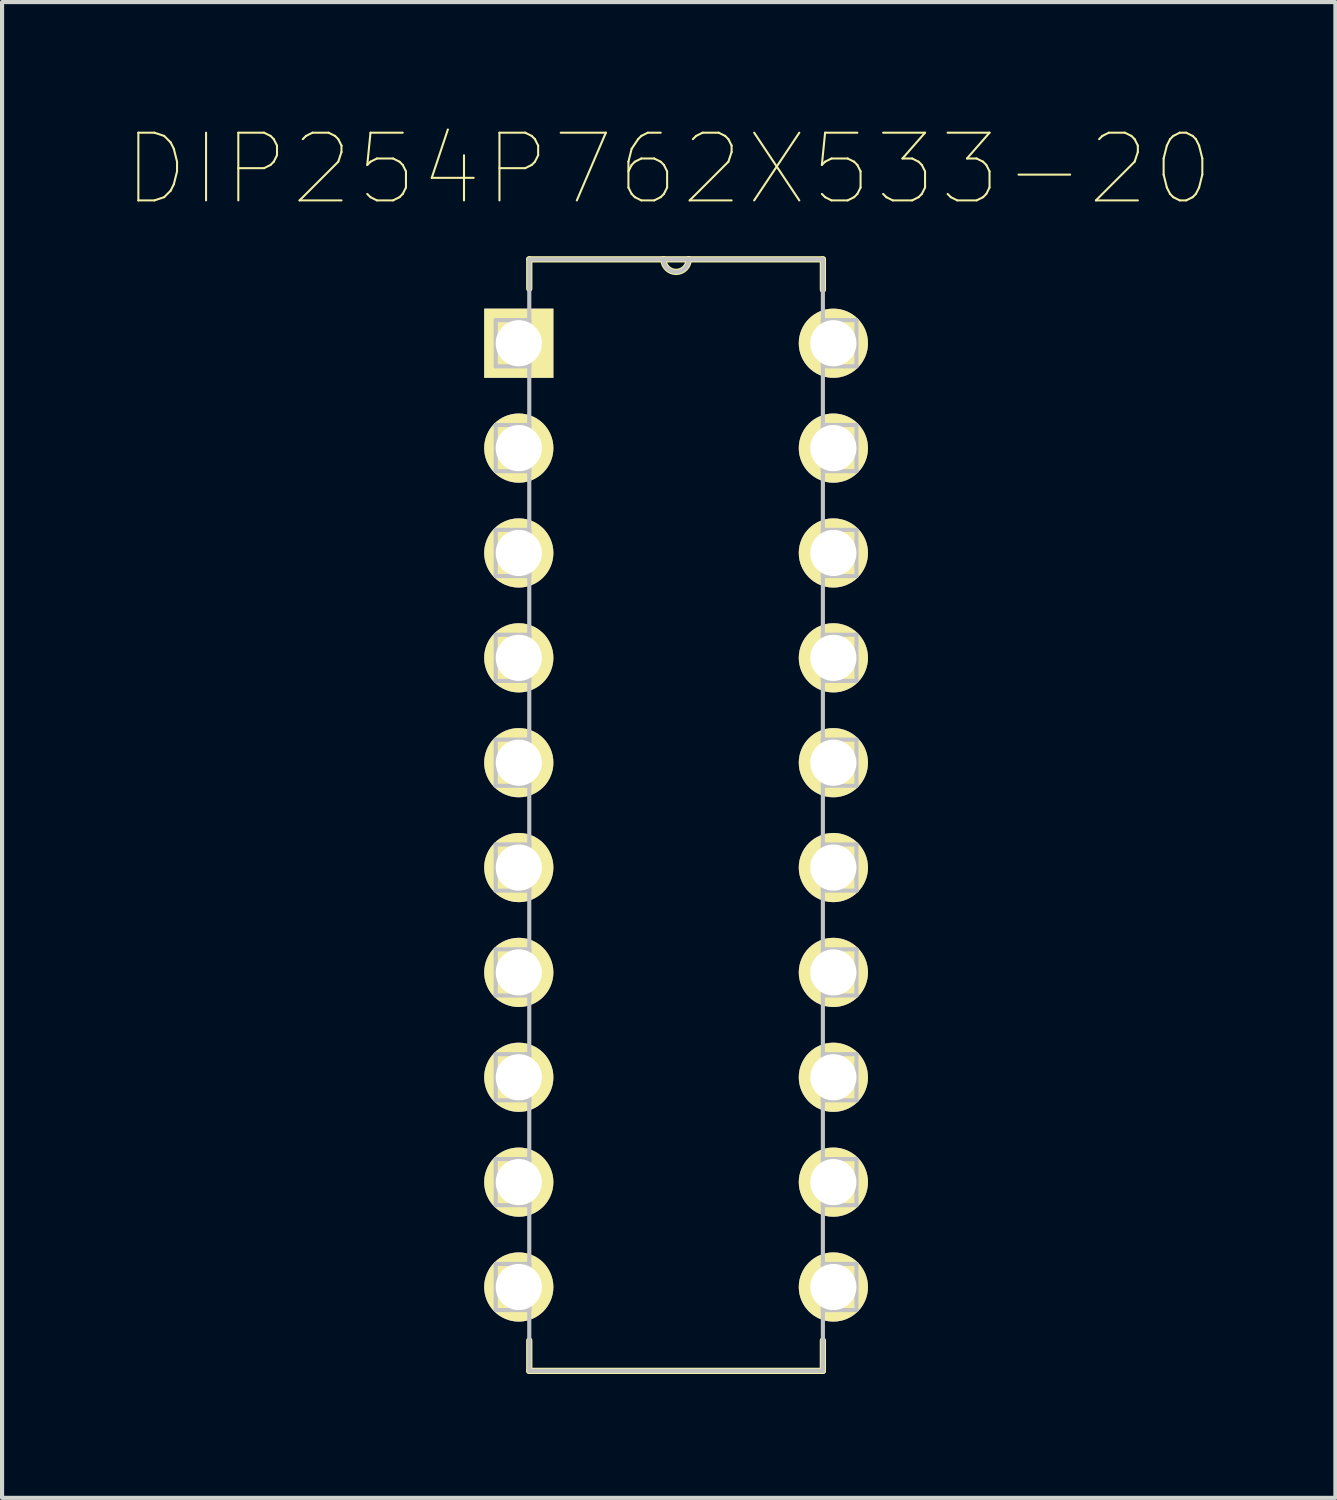
<source format=kicad_pcb>
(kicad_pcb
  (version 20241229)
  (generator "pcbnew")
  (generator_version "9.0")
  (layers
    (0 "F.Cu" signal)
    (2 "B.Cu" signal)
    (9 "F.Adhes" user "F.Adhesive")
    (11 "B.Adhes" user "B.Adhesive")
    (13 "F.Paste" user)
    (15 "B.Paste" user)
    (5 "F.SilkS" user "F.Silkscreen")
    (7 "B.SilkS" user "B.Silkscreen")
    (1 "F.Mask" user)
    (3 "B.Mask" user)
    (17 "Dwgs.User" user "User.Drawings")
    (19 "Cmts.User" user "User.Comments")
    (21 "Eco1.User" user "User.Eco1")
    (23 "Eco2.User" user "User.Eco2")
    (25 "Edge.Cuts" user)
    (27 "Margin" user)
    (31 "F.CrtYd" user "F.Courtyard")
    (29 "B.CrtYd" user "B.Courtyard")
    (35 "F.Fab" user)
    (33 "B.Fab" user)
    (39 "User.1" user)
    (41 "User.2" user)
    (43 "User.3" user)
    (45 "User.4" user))
  (footprint "DIP254P762X533-20"
    (layer "F.Cu")
    (at 17.136 28.124)
    (property "Reference" "DIP254P762X533-20" (at -3.988 -27.076 0) (layer "F.SilkS") (effects (font (size 1.64 1.64) (thickness 0.05))))
    (attr through_hole)
    (fp_line (start -7.366 -24.892) (end -7.366 -24.181) (stroke (width 0.152) (type solid)) (layer "F.SilkS"))
    (fp_line (start -7.366 1.295) (end -7.366 2.032) (stroke (width 0.152) (type solid)) (layer "F.SilkS"))
    (fp_line (start -7.366 2.032) (end -0.254 2.032) (stroke (width 0.152) (type solid)) (layer "F.SilkS"))
    (fp_line (start -4.115 -24.892) (end -7.366 -24.892) (stroke (width 0.152) (type solid)) (layer "F.SilkS"))
    (fp_line (start -3.505 -24.892) (end -4.115 -24.892) (stroke (width 0.152) (type solid)) (layer "F.SilkS"))
    (fp_line (start -0.254 -24.892) (end -3.505 -24.892) (stroke (width 0.152) (type solid)) (layer "F.SilkS"))
    (fp_line (start -0.254 -24.155) (end -0.254 -24.892) (stroke (width 0.152) (type solid)) (layer "F.SilkS"))
    (fp_line (start -0.254 2.032) (end -0.254 1.295) (stroke (width 0.152) (type solid)) (layer "F.SilkS"))
    (fp_arc (start -3.5052 -24.892) (mid -3.81 -24.5872) (end -4.1148 -24.892) (stroke (width 0.1524) (type solid)) (layer "F.SilkS"))
    (fp_line (start -8.179 -23.419) (end -8.179 -22.301) (stroke (width 0.1) (type solid)) (layer "Dwgs.User"))
    (fp_line (start -8.179 -22.301) (end -7.366 -22.301) (stroke (width 0.1) (type solid)) (layer "Dwgs.User"))
    (fp_line (start -8.179 -20.879) (end -8.179 -19.761) (stroke (width 0.1) (type solid)) (layer "Dwgs.User"))
    (fp_line (start -8.179 -19.761) (end -7.366 -19.761) (stroke (width 0.1) (type solid)) (layer "Dwgs.User"))
    (fp_line (start -8.179 -18.339) (end -8.179 -17.221) (stroke (width 0.1) (type solid)) (layer "Dwgs.User"))
    (fp_line (start -8.179 -17.221) (end -7.366 -17.221) (stroke (width 0.1) (type solid)) (layer "Dwgs.User"))
    (fp_line (start -8.179 -15.799) (end -8.179 -14.681) (stroke (width 0.1) (type solid)) (layer "Dwgs.User"))
    (fp_line (start -8.179 -14.681) (end -7.366 -14.681) (stroke (width 0.1) (type solid)) (layer "Dwgs.User"))
    (fp_line (start -8.179 -13.259) (end -8.179 -12.141) (stroke (width 0.1) (type solid)) (layer "Dwgs.User"))
    (fp_line (start -8.179 -12.141) (end -7.366 -12.141) (stroke (width 0.1) (type solid)) (layer "Dwgs.User"))
    (fp_line (start -8.179 -10.719) (end -8.179 -9.601) (stroke (width 0.1) (type solid)) (layer "Dwgs.User"))
    (fp_line (start -8.179 -9.601) (end -7.366 -9.601) (stroke (width 0.1) (type solid)) (layer "Dwgs.User"))
    (fp_line (start -8.179 -8.179) (end -8.179 -7.061) (stroke (width 0.1) (type solid)) (layer "Dwgs.User"))
    (fp_line (start -8.179 -7.061) (end -7.366 -7.061) (stroke (width 0.1) (type solid)) (layer "Dwgs.User"))
    (fp_line (start -8.179 -5.639) (end -8.179 -4.521) (stroke (width 0.1) (type solid)) (layer "Dwgs.User"))
    (fp_line (start -8.179 -4.521) (end -7.366 -4.521) (stroke (width 0.1) (type solid)) (layer "Dwgs.User"))
    (fp_line (start -8.179 -3.099) (end -8.179 -1.981) (stroke (width 0.1) (type solid)) (layer "Dwgs.User"))
    (fp_line (start -8.179 -1.981) (end -7.366 -1.981) (stroke (width 0.1) (type solid)) (layer "Dwgs.User"))
    (fp_line (start -8.179 -0.559) (end -8.179 0.559) (stroke (width 0.1) (type solid)) (layer "Dwgs.User"))
    (fp_line (start -8.179 0.559) (end -7.366 0.559) (stroke (width 0.1) (type solid)) (layer "Dwgs.User"))
    (fp_line (start -7.366 -24.892) (end -7.366 2.032) (stroke (width 0.1) (type solid)) (layer "Dwgs.User"))
    (fp_line (start -7.366 -23.419) (end -8.179 -23.419) (stroke (width 0.1) (type solid)) (layer "Dwgs.User"))
    (fp_line (start -7.366 -22.301) (end -7.366 -23.419) (stroke (width 0.1) (type solid)) (layer "Dwgs.User"))
    (fp_line (start -7.366 -20.879) (end -8.179 -20.879) (stroke (width 0.1) (type solid)) (layer "Dwgs.User"))
    (fp_line (start -7.366 -19.761) (end -7.366 -20.879) (stroke (width 0.1) (type solid)) (layer "Dwgs.User"))
    (fp_line (start -7.366 -18.339) (end -8.179 -18.339) (stroke (width 0.1) (type solid)) (layer "Dwgs.User"))
    (fp_line (start -7.366 -17.221) (end -7.366 -18.339) (stroke (width 0.1) (type solid)) (layer "Dwgs.User"))
    (fp_line (start -7.366 -15.799) (end -8.179 -15.799) (stroke (width 0.1) (type solid)) (layer "Dwgs.User"))
    (fp_line (start -7.366 -14.681) (end -7.366 -15.799) (stroke (width 0.1) (type solid)) (layer "Dwgs.User"))
    (fp_line (start -7.366 -13.259) (end -8.179 -13.259) (stroke (width 0.1) (type solid)) (layer "Dwgs.User"))
    (fp_line (start -7.366 -12.141) (end -7.366 -13.259) (stroke (width 0.1) (type solid)) (layer "Dwgs.User"))
    (fp_line (start -7.366 -10.719) (end -8.179 -10.719) (stroke (width 0.1) (type solid)) (layer "Dwgs.User"))
    (fp_line (start -7.366 -9.601) (end -7.366 -10.719) (stroke (width 0.1) (type solid)) (layer "Dwgs.User"))
    (fp_line (start -7.366 -8.179) (end -8.179 -8.179) (stroke (width 0.1) (type solid)) (layer "Dwgs.User"))
    (fp_line (start -7.366 -7.061) (end -7.366 -8.179) (stroke (width 0.1) (type solid)) (layer "Dwgs.User"))
    (fp_line (start -7.366 -5.639) (end -8.179 -5.639) (stroke (width 0.1) (type solid)) (layer "Dwgs.User"))
    (fp_line (start -7.366 -4.521) (end -7.366 -5.639) (stroke (width 0.1) (type solid)) (layer "Dwgs.User"))
    (fp_line (start -7.366 -3.099) (end -8.179 -3.099) (stroke (width 0.1) (type solid)) (layer "Dwgs.User"))
    (fp_line (start -7.366 -1.981) (end -7.366 -3.099) (stroke (width 0.1) (type solid)) (layer "Dwgs.User"))
    (fp_line (start -7.366 -0.559) (end -8.179 -0.559) (stroke (width 0.1) (type solid)) (layer "Dwgs.User"))
    (fp_line (start -7.366 0.559) (end -7.366 -0.559) (stroke (width 0.1) (type solid)) (layer "Dwgs.User"))
    (fp_line (start -7.366 2.032) (end -0.254 2.032) (stroke (width 0.1) (type solid)) (layer "Dwgs.User"))
    (fp_line (start -4.115 -24.892) (end -7.366 -24.892) (stroke (width 0.1) (type solid)) (layer "Dwgs.User"))
    (fp_line (start -3.505 -24.892) (end -4.115 -24.892) (stroke (width 0.1) (type solid)) (layer "Dwgs.User"))
    (fp_line (start -0.254 -24.892) (end -3.505 -24.892) (stroke (width 0.1) (type solid)) (layer "Dwgs.User"))
    (fp_line (start -0.254 -23.419) (end -0.254 -22.301) (stroke (width 0.1) (type solid)) (layer "Dwgs.User"))
    (fp_line (start -0.254 -22.301) (end 0.559 -22.301) (stroke (width 0.1) (type solid)) (layer "Dwgs.User"))
    (fp_line (start -0.254 -20.879) (end -0.254 -19.761) (stroke (width 0.1) (type solid)) (layer "Dwgs.User"))
    (fp_line (start -0.254 -19.761) (end 0.559 -19.761) (stroke (width 0.1) (type solid)) (layer "Dwgs.User"))
    (fp_line (start -0.254 -18.339) (end -0.254 -17.221) (stroke (width 0.1) (type solid)) (layer "Dwgs.User"))
    (fp_line (start -0.254 -17.221) (end 0.559 -17.221) (stroke (width 0.1) (type solid)) (layer "Dwgs.User"))
    (fp_line (start -0.254 -15.799) (end -0.254 -14.681) (stroke (width 0.1) (type solid)) (layer "Dwgs.User"))
    (fp_line (start -0.254 -14.681) (end 0.559 -14.681) (stroke (width 0.1) (type solid)) (layer "Dwgs.User"))
    (fp_line (start -0.254 -13.259) (end -0.254 -12.141) (stroke (width 0.1) (type solid)) (layer "Dwgs.User"))
    (fp_line (start -0.254 -12.141) (end 0.559 -12.141) (stroke (width 0.1) (type solid)) (layer "Dwgs.User"))
    (fp_line (start -0.254 -10.719) (end -0.254 -9.601) (stroke (width 0.1) (type solid)) (layer "Dwgs.User"))
    (fp_line (start -0.254 -9.601) (end 0.559 -9.601) (stroke (width 0.1) (type solid)) (layer "Dwgs.User"))
    (fp_line (start -0.254 -8.179) (end -0.254 -7.061) (stroke (width 0.1) (type solid)) (layer "Dwgs.User"))
    (fp_line (start -0.254 -7.061) (end 0.559 -7.061) (stroke (width 0.1) (type solid)) (layer "Dwgs.User"))
    (fp_line (start -0.254 -5.639) (end -0.254 -4.521) (stroke (width 0.1) (type solid)) (layer "Dwgs.User"))
    (fp_line (start -0.254 -4.521) (end 0.559 -4.521) (stroke (width 0.1) (type solid)) (layer "Dwgs.User"))
    (fp_line (start -0.254 -3.099) (end -0.254 -1.981) (stroke (width 0.1) (type solid)) (layer "Dwgs.User"))
    (fp_line (start -0.254 -1.981) (end 0.559 -1.981) (stroke (width 0.1) (type solid)) (layer "Dwgs.User"))
    (fp_line (start -0.254 -0.559) (end -0.254 0.559) (stroke (width 0.1) (type solid)) (layer "Dwgs.User"))
    (fp_line (start -0.254 0.559) (end 0.559 0.559) (stroke (width 0.1) (type solid)) (layer "Dwgs.User"))
    (fp_line (start -0.254 2.032) (end -0.254 -24.892) (stroke (width 0.1) (type solid)) (layer "Dwgs.User"))
    (fp_line (start 0.559 -23.419) (end -0.254 -23.419) (stroke (width 0.1) (type solid)) (layer "Dwgs.User"))
    (fp_line (start 0.559 -22.301) (end 0.559 -23.419) (stroke (width 0.1) (type solid)) (layer "Dwgs.User"))
    (fp_line (start 0.559 -20.879) (end -0.254 -20.879) (stroke (width 0.1) (type solid)) (layer "Dwgs.User"))
    (fp_line (start 0.559 -19.761) (end 0.559 -20.879) (stroke (width 0.1) (type solid)) (layer "Dwgs.User"))
    (fp_line (start 0.559 -18.339) (end -0.254 -18.339) (stroke (width 0.1) (type solid)) (layer "Dwgs.User"))
    (fp_line (start 0.559 -17.221) (end 0.559 -18.339) (stroke (width 0.1) (type solid)) (layer "Dwgs.User"))
    (fp_line (start 0.559 -15.799) (end -0.254 -15.799) (stroke (width 0.1) (type solid)) (layer "Dwgs.User"))
    (fp_line (start 0.559 -14.681) (end 0.559 -15.799) (stroke (width 0.1) (type solid)) (layer "Dwgs.User"))
    (fp_line (start 0.559 -13.259) (end -0.254 -13.259) (stroke (width 0.1) (type solid)) (layer "Dwgs.User"))
    (fp_line (start 0.559 -12.141) (end 0.559 -13.259) (stroke (width 0.1) (type solid)) (layer "Dwgs.User"))
    (fp_line (start 0.559 -10.719) (end -0.254 -10.719) (stroke (width 0.1) (type solid)) (layer "Dwgs.User"))
    (fp_line (start 0.559 -9.601) (end 0.559 -10.719) (stroke (width 0.1) (type solid)) (layer "Dwgs.User"))
    (fp_line (start 0.559 -8.179) (end -0.254 -8.179) (stroke (width 0.1) (type solid)) (layer "Dwgs.User"))
    (fp_line (start 0.559 -7.061) (end 0.559 -8.179) (stroke (width 0.1) (type solid)) (layer "Dwgs.User"))
    (fp_line (start 0.559 -5.639) (end -0.254 -5.639) (stroke (width 0.1) (type solid)) (layer "Dwgs.User"))
    (fp_line (start 0.559 -4.521) (end 0.559 -5.639) (stroke (width 0.1) (type solid)) (layer "Dwgs.User"))
    (fp_line (start 0.559 -3.099) (end -0.254 -3.099) (stroke (width 0.1) (type solid)) (layer "Dwgs.User"))
    (fp_line (start 0.559 -1.981) (end 0.559 -3.099) (stroke (width 0.1) (type solid)) (layer "Dwgs.User"))
    (fp_line (start 0.559 -0.559) (end -0.254 -0.559) (stroke (width 0.1) (type solid)) (layer "Dwgs.User"))
    (fp_line (start 0.559 0.559) (end 0.559 -0.559) (stroke (width 0.1) (type solid)) (layer "Dwgs.User"))
    (fp_arc (start -3.5052 -24.892) (mid -3.81 -24.5872) (end -4.1148 -24.892) (stroke (width 0.1) (type solid)) (layer "Dwgs.User"))
    (pad "1" thru_hole rect (at -7.62 -22.86) (size 1.676 1.676) (drill 1.118) (layers "*.Cu" "*.Mask" "F.SilkS"))
    (pad "2" thru_hole circle (at -7.62 -20.32) (size 1.676 1.676) (drill 1.118) (layers "*.Cu" "*.Mask" "F.SilkS"))
    (pad "3" thru_hole circle (at -7.62 -17.78) (size 1.676 1.676) (drill 1.118) (layers "*.Cu" "*.Mask" "F.SilkS"))
    (pad "4" thru_hole circle (at -7.62 -15.24) (size 1.676 1.676) (drill 1.118) (layers "*.Cu" "*.Mask" "F.SilkS"))
    (pad "5" thru_hole circle (at -7.62 -12.7) (size 1.676 1.676) (drill 1.118) (layers "*.Cu" "*.Mask" "F.SilkS"))
    (pad "6" thru_hole circle (at -7.62 -10.16) (size 1.676 1.676) (drill 1.118) (layers "*.Cu" "*.Mask" "F.SilkS"))
    (pad "7" thru_hole circle (at -7.62 -7.62) (size 1.676 1.676) (drill 1.118) (layers "*.Cu" "*.Mask" "F.SilkS"))
    (pad "8" thru_hole circle (at -7.62 -5.08) (size 1.676 1.676) (drill 1.118) (layers "*.Cu" "*.Mask" "F.SilkS"))
    (pad "9" thru_hole circle (at -7.62 -2.54) (size 1.676 1.676) (drill 1.118) (layers "*.Cu" "*.Mask" "F.SilkS"))
    (pad "10" thru_hole circle (at -7.62 0) (size 1.676 1.676) (drill 1.118) (layers "*.Cu" "*.Mask" "F.SilkS"))
    (pad "11" thru_hole circle (at 0 0) (size 1.676 1.676) (drill 1.118) (layers "*.Cu" "*.Mask" "F.SilkS"))
    (pad "12" thru_hole circle (at 0 -2.54) (size 1.676 1.676) (drill 1.118) (layers "*.Cu" "*.Mask" "F.SilkS"))
    (pad "13" thru_hole circle (at 0 -5.08) (size 1.676 1.676) (drill 1.118) (layers "*.Cu" "*.Mask" "F.SilkS"))
    (pad "14" thru_hole circle (at 0 -7.62) (size 1.676 1.676) (drill 1.118) (layers "*.Cu" "*.Mask" "F.SilkS"))
    (pad "15" thru_hole circle (at 0 -10.16) (size 1.676 1.676) (drill 1.118) (layers "*.Cu" "*.Mask" "F.SilkS"))
    (pad "16" thru_hole circle (at 0 -12.7) (size 1.676 1.676) (drill 1.118) (layers "*.Cu" "*.Mask" "F.SilkS"))
    (pad "17" thru_hole circle (at 0 -15.24) (size 1.676 1.676) (drill 1.118) (layers "*.Cu" "*.Mask" "F.SilkS"))
    (pad "18" thru_hole circle (at 0 -17.78) (size 1.676 1.676) (drill 1.118) (layers "*.Cu" "*.Mask" "F.SilkS"))
    (pad "19" thru_hole circle (at 0 -20.32) (size 1.676 1.676) (drill 1.118) (layers "*.Cu" "*.Mask" "F.SilkS"))
    (pad "20" thru_hole circle (at 0 -22.86) (size 1.676 1.676) (drill 1.118) (layers "*.Cu" "*.Mask" "F.SilkS")))
  (gr_rect
    (start -3 -3)
    (end 29.296 33.232)
    (stroke (width 0.1) (type default))
    (fill no)
    (layer "Edge.Cuts")))
</source>
